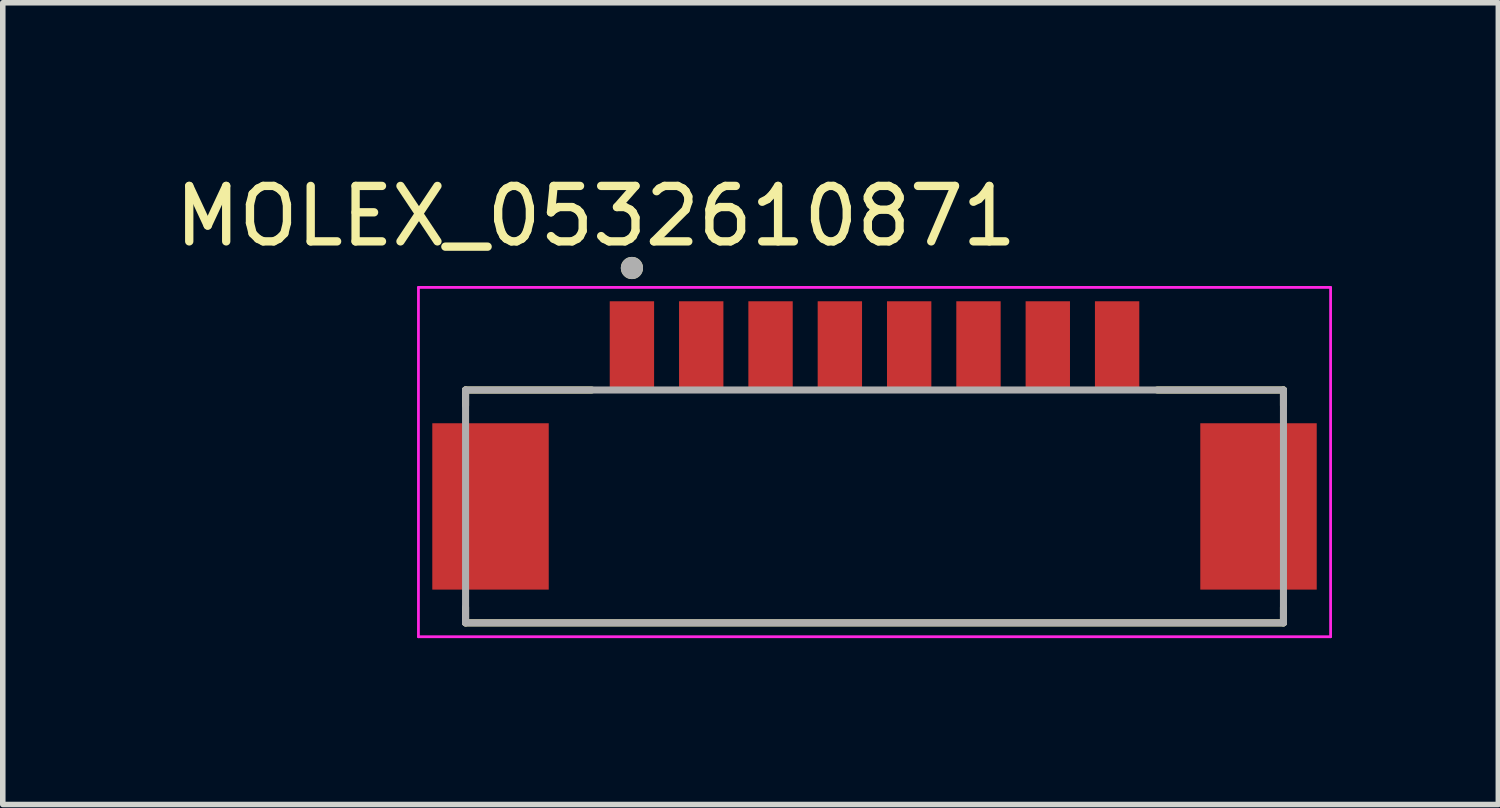
<source format=kicad_pcb>
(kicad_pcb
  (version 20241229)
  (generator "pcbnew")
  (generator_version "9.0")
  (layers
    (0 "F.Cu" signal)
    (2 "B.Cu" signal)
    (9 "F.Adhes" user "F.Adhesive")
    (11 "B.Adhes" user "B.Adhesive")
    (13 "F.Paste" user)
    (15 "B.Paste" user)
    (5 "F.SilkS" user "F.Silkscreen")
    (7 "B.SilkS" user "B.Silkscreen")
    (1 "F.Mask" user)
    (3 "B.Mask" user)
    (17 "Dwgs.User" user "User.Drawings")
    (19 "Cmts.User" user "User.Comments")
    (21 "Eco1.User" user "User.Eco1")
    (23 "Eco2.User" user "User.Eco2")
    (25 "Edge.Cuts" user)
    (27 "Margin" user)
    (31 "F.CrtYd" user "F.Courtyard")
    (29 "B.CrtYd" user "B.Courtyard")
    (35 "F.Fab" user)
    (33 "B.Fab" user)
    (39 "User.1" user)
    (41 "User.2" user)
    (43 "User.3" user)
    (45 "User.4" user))
  (footprint "MOLEX_0532610871"
    (layer "F.Cu")
    (at 12.721 6.083)
    (property "Reference" "MOLEX_0532610871" (at -5.025 -5.235 0) (layer "F.SilkS") (effects (font (size 1 1) (thickness 0.15))))
    (attr smd)
    (fp_line (start -7.375 -2.1) (end -5.1 -2.1) (stroke (width 0.127) (type solid)) (layer "F.SilkS"))
    (fp_line (start -7.375 -1.82) (end -7.375 -2.1) (stroke (width 0.127) (type solid)) (layer "F.SilkS"))
    (fp_line (start -7.375 1.82) (end -7.375 2.1) (stroke (width 0.127) (type solid)) (layer "F.SilkS"))
    (fp_line (start -7.375 2.1) (end 7.375 2.1) (stroke (width 0.127) (type solid)) (layer "F.SilkS"))
    (fp_line (start 5.1 -2.1) (end 7.375 -2.1) (stroke (width 0.127) (type solid)) (layer "F.SilkS"))
    (fp_line (start 7.375 -2.1) (end 7.375 -1.82) (stroke (width 0.127) (type solid)) (layer "F.SilkS"))
    (fp_line (start 7.375 2.1) (end 7.375 1.82) (stroke (width 0.127) (type solid)) (layer "F.SilkS"))
    (fp_circle (center -4.375 -4.3) (end -4.275 -4.3) (stroke (width 0.2) (type solid)) (fill no) (layer "F.SilkS"))
    (fp_line (start -8.225 -3.95) (end 8.225 -3.95) (stroke (width 0.05) (type solid)) (layer "F.CrtYd"))
    (fp_line (start -8.225 2.35) (end -8.225 -3.95) (stroke (width 0.05) (type solid)) (layer "F.CrtYd"))
    (fp_line (start 8.225 -3.95) (end 8.225 2.35) (stroke (width 0.05) (type solid)) (layer "F.CrtYd"))
    (fp_line (start 8.225 2.35) (end -8.225 2.35) (stroke (width 0.05) (type solid)) (layer "F.CrtYd"))
    (fp_line (start -7.375 -2.1) (end 7.375 -2.1) (stroke (width 0.127) (type solid)) (layer "F.Fab"))
    (fp_line (start -7.375 2.1) (end -7.375 -2.1) (stroke (width 0.127) (type solid)) (layer "F.Fab"))
    (fp_line (start 7.375 -2.1) (end 7.375 2.1) (stroke (width 0.127) (type solid)) (layer "F.Fab"))
    (fp_line (start 7.375 2.1) (end -7.375 2.1) (stroke (width 0.127) (type solid)) (layer "F.Fab"))
    (fp_circle (center -4.375 -4.3) (end -4.275 -4.3) (stroke (width 0.2) (type solid)) (fill no) (layer "F.Fab"))
    (pad "1" smd rect (at -4.375 -2.9 90) (size 1.6 0.8) (layers "F.Cu" "F.Mask" "F.Paste"))
    (pad "2" smd rect (at -3.125 -2.9 90) (size 1.6 0.8) (layers "F.Cu" "F.Mask" "F.Paste"))
    (pad "3" smd rect (at -1.875 -2.9 90) (size 1.6 0.8) (layers "F.Cu" "F.Mask" "F.Paste"))
    (pad "4" smd rect (at -0.625 -2.9 90) (size 1.6 0.8) (layers "F.Cu" "F.Mask" "F.Paste"))
    (pad "5" smd rect (at 0.625 -2.9 90) (size 1.6 0.8) (layers "F.Cu" "F.Mask" "F.Paste"))
    (pad "6" smd rect (at 1.875 -2.9 90) (size 1.6 0.8) (layers "F.Cu" "F.Mask" "F.Paste"))
    (pad "7" smd rect (at 3.125 -2.9 90) (size 1.6 0.8) (layers "F.Cu" "F.Mask" "F.Paste"))
    (pad "8" smd rect (at 4.375 -2.9 90) (size 1.6 0.8) (layers "F.Cu" "F.Mask" "F.Paste"))
    (pad "S1" smd rect (at -6.925 0 90) (size 3 2.1) (layers "F.Cu" "F.Mask" "F.Paste"))
    (pad "S2" smd rect (at 6.925 0 90) (size 3 2.1) (layers "F.Cu" "F.Mask" "F.Paste")))
  (gr_rect
    (start -3 -3)
    (end 23.971 11.458)
    (stroke (width 0.1) (type default))
    (fill no)
    (layer "Edge.Cuts")))
</source>
